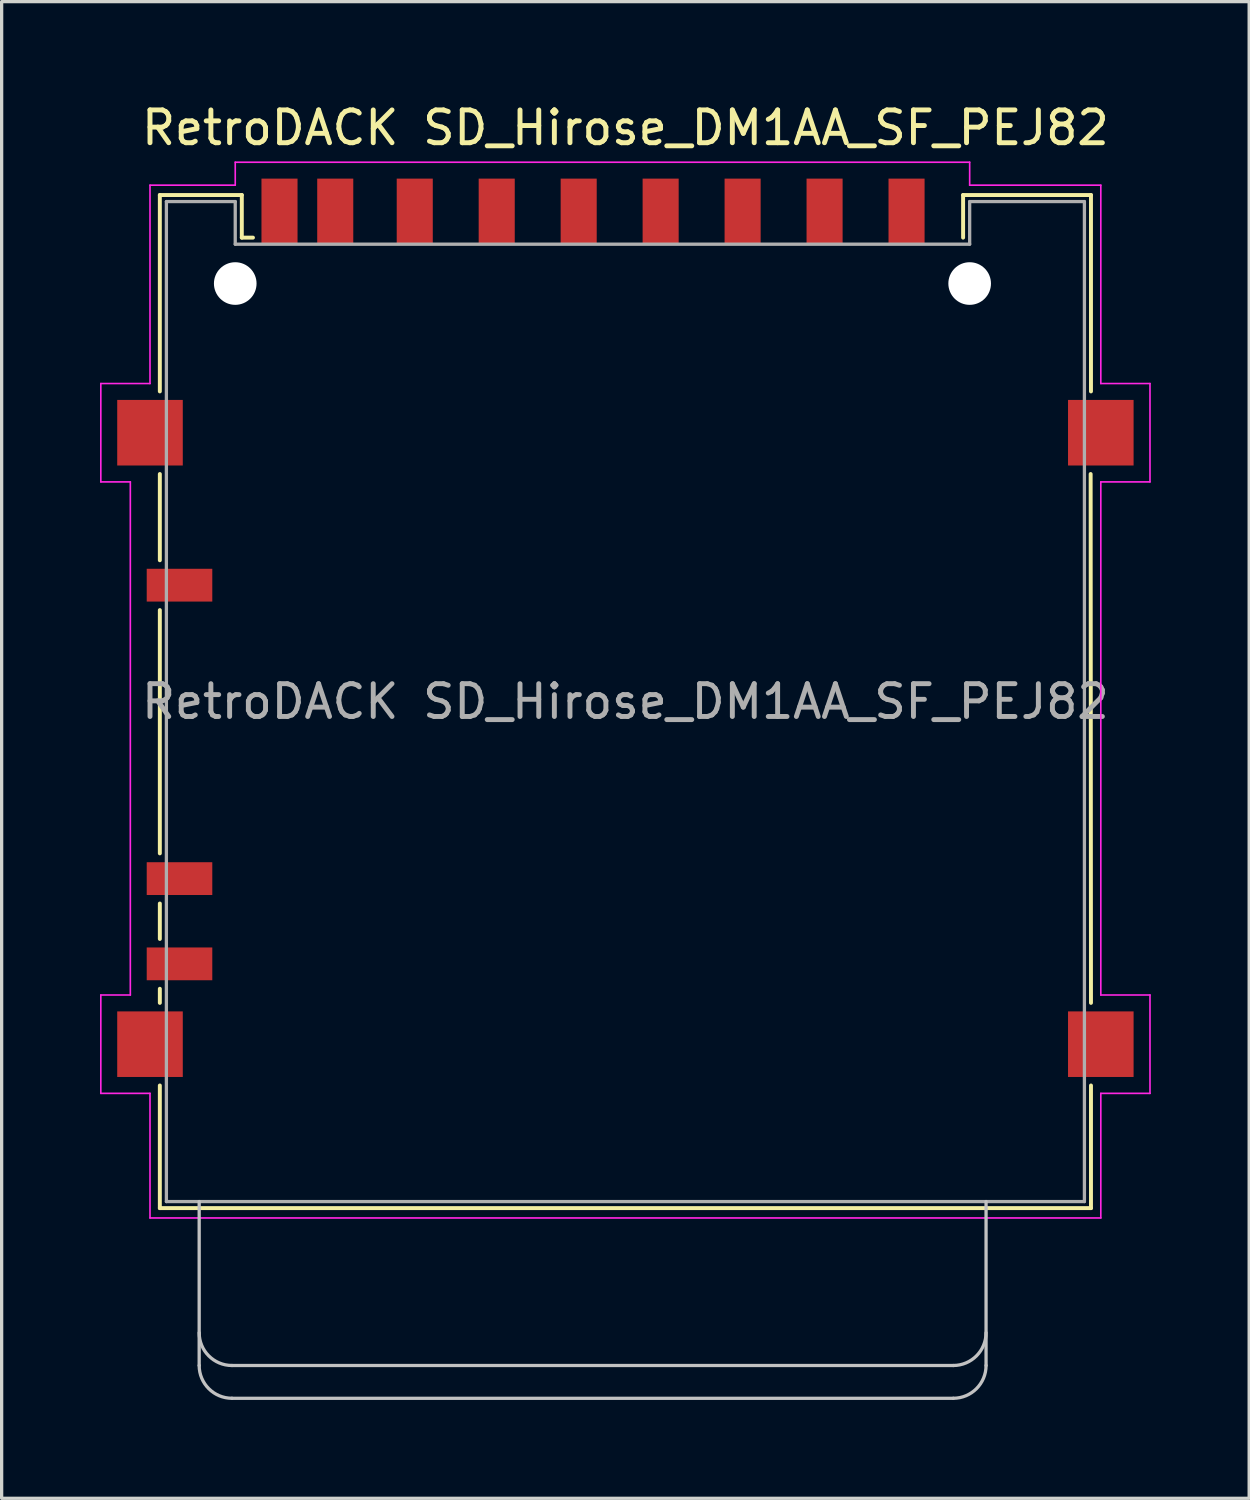
<source format=kicad_pcb>
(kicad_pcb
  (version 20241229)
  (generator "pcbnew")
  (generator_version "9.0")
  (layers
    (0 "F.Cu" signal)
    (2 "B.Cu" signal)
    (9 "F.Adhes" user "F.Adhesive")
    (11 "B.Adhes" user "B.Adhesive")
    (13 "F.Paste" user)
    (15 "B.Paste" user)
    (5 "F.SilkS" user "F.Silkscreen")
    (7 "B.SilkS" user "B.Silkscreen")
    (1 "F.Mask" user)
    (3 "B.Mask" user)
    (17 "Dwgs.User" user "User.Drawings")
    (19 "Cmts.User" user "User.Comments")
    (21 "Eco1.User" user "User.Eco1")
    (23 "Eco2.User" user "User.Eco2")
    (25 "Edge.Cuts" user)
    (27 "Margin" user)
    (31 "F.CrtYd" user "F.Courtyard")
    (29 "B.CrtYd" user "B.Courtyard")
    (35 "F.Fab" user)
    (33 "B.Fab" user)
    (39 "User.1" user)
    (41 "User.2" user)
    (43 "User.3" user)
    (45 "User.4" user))
  (footprint "RetroDACK SD_Hirose_DM1AA_SF_PEJ82"
    (layer "F.Cu")
    (at 16.025 18.348)
    (property "Reference" "RetroDACK SD_Hirose_DM1AA_SF_PEJ82" (at 0 -17.5 0) (layer "F.SilkS") (effects (font (size 1 1) (thickness 0.15))))
    (attr smd)
    (fp_line (start -14.2 -15.45) (end -11.7 -15.45) (stroke (width 0.12) (type solid)) (layer "F.SilkS"))
    (fp_line (start -14.2 -9.46) (end -14.2 -15.45) (stroke (width 0.12) (type solid)) (layer "F.SilkS"))
    (fp_line (start -14.2 -4.31) (end -14.2 -6.94) (stroke (width 0.12) (type solid)) (layer "F.SilkS"))
    (fp_line (start -14.2 4.63) (end -14.2 -2.79) (stroke (width 0.12) (type solid)) (layer "F.SilkS"))
    (fp_line (start -14.2 7.24) (end -14.2 6.16) (stroke (width 0.12) (type solid)) (layer "F.SilkS"))
    (fp_line (start -14.2 9.19) (end -14.2 8.76) (stroke (width 0.12) (type solid)) (layer "F.SilkS"))
    (fp_line (start -14.2 15.45) (end -14.2 11.71) (stroke (width 0.12) (type solid)) (layer "F.SilkS"))
    (fp_line (start -11.7 -15.45) (end -11.7 -14.15) (stroke (width 0.12) (type solid)) (layer "F.SilkS"))
    (fp_line (start -11.7 -14.15) (end -11.36 -14.15) (stroke (width 0.12) (type solid)) (layer "F.SilkS"))
    (fp_line (start 10.3 -15.45) (end 10.3 -14.15) (stroke (width 0.12) (type solid)) (layer "F.SilkS"))
    (fp_line (start 14.19 -6.94) (end 14.2 9.19) (stroke (width 0.12) (type solid)) (layer "F.SilkS"))
    (fp_line (start 14.2 -15.45) (end 10.3 -15.45) (stroke (width 0.12) (type solid)) (layer "F.SilkS"))
    (fp_line (start 14.2 -15.45) (end 14.2 -9.46) (stroke (width 0.12) (type solid)) (layer "F.SilkS"))
    (fp_line (start 14.2 11.71) (end 14.2 15.45) (stroke (width 0.12) (type solid)) (layer "F.SilkS"))
    (fp_line (start 14.2 15.45) (end -14.2 15.45) (stroke (width 0.12) (type solid)) (layer "F.SilkS"))
    (fp_line (start -13 20.25) (end -13 15.25) (stroke (width 0.1) (type solid)) (layer "Dwgs.User"))
    (fp_line (start 10 20.25) (end -12 20.25) (stroke (width 0.1) (type solid)) (layer "Dwgs.User"))
    (fp_line (start 10 21.25) (end -12 21.25) (stroke (width 0.1) (type solid)) (layer "Dwgs.User"))
    (fp_line (start 11 20.25) (end 11 15.25) (stroke (width 0.1) (type solid)) (layer "Dwgs.User"))
    (fp_arc (start -12 20.25) (mid -12.707107 19.957107) (end -13 19.25) (stroke (width 0.1) (type solid)) (layer "Dwgs.User"))
    (fp_arc (start -12 21.25) (mid -12.707107 20.957107) (end -13 20.25) (stroke (width 0.1) (type solid)) (layer "Dwgs.User"))
    (fp_arc (start 11 19.25) (mid 10.707107 19.957107) (end 10 20.25) (stroke (width 0.1) (type solid)) (layer "Dwgs.User"))
    (fp_arc (start 11 20.25) (mid 10.707107 20.957107) (end 10 21.25) (stroke (width 0.1) (type solid)) (layer "Dwgs.User"))
    (fp_line (start -16 -9.7) (end -16 -6.7) (stroke (width 0.05) (type solid)) (layer "F.CrtYd"))
    (fp_line (start -16 -6.7) (end -15.1 -6.7) (stroke (width 0.05) (type solid)) (layer "F.CrtYd"))
    (fp_line (start -16 8.95) (end -16 11.95) (stroke (width 0.05) (type solid)) (layer "F.CrtYd"))
    (fp_line (start -16 11.95) (end -14.5 11.95) (stroke (width 0.05) (type solid)) (layer "F.CrtYd"))
    (fp_line (start -15.1 -6.7) (end -15.1 8.95) (stroke (width 0.05) (type solid)) (layer "F.CrtYd"))
    (fp_line (start -15.1 8.95) (end -16 8.95) (stroke (width 0.05) (type solid)) (layer "F.CrtYd"))
    (fp_line (start -14.5 -15.75) (end -14.5 -9.7) (stroke (width 0.05) (type solid)) (layer "F.CrtYd"))
    (fp_line (start -14.5 -15.75) (end -11.9 -15.75) (stroke (width 0.05) (type solid)) (layer "F.CrtYd"))
    (fp_line (start -14.5 -9.7) (end -16 -9.7) (stroke (width 0.05) (type solid)) (layer "F.CrtYd"))
    (fp_line (start -14.5 11.95) (end -14.5 15.75) (stroke (width 0.05) (type solid)) (layer "F.CrtYd"))
    (fp_line (start -11.9 -16.45) (end 10.5 -16.45) (stroke (width 0.05) (type solid)) (layer "F.CrtYd"))
    (fp_line (start -11.9 -15.75) (end -11.9 -16.45) (stroke (width 0.05) (type solid)) (layer "F.CrtYd"))
    (fp_line (start 10.5 -16.45) (end 10.5 -15.75) (stroke (width 0.05) (type solid)) (layer "F.CrtYd"))
    (fp_line (start 10.5 -15.75) (end 14.5 -15.75) (stroke (width 0.05) (type solid)) (layer "F.CrtYd"))
    (fp_line (start 14.5 -15.75) (end 14.5 -9.7) (stroke (width 0.05) (type solid)) (layer "F.CrtYd"))
    (fp_line (start 14.5 -9.7) (end 16 -9.7) (stroke (width 0.05) (type solid)) (layer "F.CrtYd"))
    (fp_line (start 14.5 -6.7) (end 14.5 8.95) (stroke (width 0.05) (type solid)) (layer "F.CrtYd"))
    (fp_line (start 14.5 8.95) (end 16 8.95) (stroke (width 0.05) (type solid)) (layer "F.CrtYd"))
    (fp_line (start 14.5 11.95) (end 14.5 15.75) (stroke (width 0.05) (type solid)) (layer "F.CrtYd"))
    (fp_line (start 14.5 15.75) (end -14.5 15.75) (stroke (width 0.05) (type solid)) (layer "F.CrtYd"))
    (fp_line (start 16 -9.7) (end 16 -6.7) (stroke (width 0.05) (type solid)) (layer "F.CrtYd"))
    (fp_line (start 16 -6.7) (end 14.5 -6.7) (stroke (width 0.05) (type solid)) (layer "F.CrtYd"))
    (fp_line (start 16 8.95) (end 16 11.95) (stroke (width 0.05) (type solid)) (layer "F.CrtYd"))
    (fp_line (start 16 11.95) (end 14.5 11.95) (stroke (width 0.05) (type solid)) (layer "F.CrtYd"))
    (fp_line (start -14 -15.25) (end -14 15.25) (stroke (width 0.1) (type solid)) (layer "F.Fab"))
    (fp_line (start -14 -15.25) (end -11.9 -15.25) (stroke (width 0.1) (type solid)) (layer "F.Fab"))
    (fp_line (start -11.9 -13.95) (end -11.9 -15.25) (stroke (width 0.1) (type solid)) (layer "F.Fab"))
    (fp_line (start 10.5 -15.25) (end 10.5 -13.95) (stroke (width 0.1) (type solid)) (layer "F.Fab"))
    (fp_line (start 10.5 -13.95) (end -11.9 -13.95) (stroke (width 0.1) (type solid)) (layer "F.Fab"))
    (fp_line (start 14 -15.25) (end 10.5 -15.25) (stroke (width 0.1) (type solid)) (layer "F.Fab"))
    (fp_line (start 14 15.25) (end -14 15.25) (stroke (width 0.1) (type solid)) (layer "F.Fab"))
    (fp_line (start 14 15.25) (end 14 -15.25) (stroke (width 0.1) (type solid)) (layer "F.Fab"))
    (fp_text user "${REFERENCE}" (at 0 0 0) (layer "F.Fab") (effects (font (size 1 1) (thickness 0.15))))
    (pad "" np_thru_hole circle (at -11.9 -12.75) (size 1.3 1.3) (drill 1.3) (layers "*.Cu" "*.Mask"))
    (pad "" np_thru_hole circle (at 10.5 -12.75) (size 1.3 1.3) (drill 1.3) (layers "*.Cu" "*.Mask"))
    (pad "1" smd rect (at 6.075 -14.95) (size 1.1 2) (layers "F.Cu" "F.Mask" "F.Paste"))
    (pad "2" smd rect (at 3.575 -14.95) (size 1.1 2) (layers "F.Cu" "F.Mask" "F.Paste"))
    (pad "3" smd rect (at 1.075 -14.95) (size 1.1 2) (layers "F.Cu" "F.Mask" "F.Paste"))
    (pad "4" smd rect (at -1.425 -14.95) (size 1.1 2) (layers "F.Cu" "F.Mask" "F.Paste"))
    (pad "5" smd rect (at -3.925 -14.95) (size 1.1 2) (layers "F.Cu" "F.Mask" "F.Paste"))
    (pad "6" smd rect (at -6.425 -14.95) (size 1.1 2) (layers "F.Cu" "F.Mask" "F.Paste"))
    (pad "7" smd rect (at -8.85 -14.95) (size 1.1 2) (layers "F.Cu" "F.Mask" "F.Paste"))
    (pad "8" smd rect (at -10.55 -14.95) (size 1.1 2) (layers "F.Cu" "F.Mask" "F.Paste"))
    (pad "9" smd rect (at 8.575 -14.95) (size 1.1 2) (layers "F.Cu" "F.Mask" "F.Paste"))
    (pad "10" smd rect (at -13.6 -3.55) (size 2 1) (layers "F.Cu" "F.Mask" "F.Paste"))
    (pad "10" smd rect (at -13.6 8) (size 2 1) (layers "F.Cu" "F.Mask" "F.Paste"))
    (pad "11" smd rect (at -13.6 5.4) (size 2 1) (layers "F.Cu" "F.Mask" "F.Paste"))
    (pad "12" smd rect (at -14.5 -8.2) (size 2 2) (layers "F.Cu" "F.Mask" "F.Paste"))
    (pad "12" smd rect (at -14.5 10.45) (size 2 2) (layers "F.Cu" "F.Mask" "F.Paste"))
    (pad "13" smd rect (at 14.5 -8.2) (size 2 2) (layers "F.Cu" "F.Mask" "F.Paste"))
    (pad "13" smd rect (at 14.5 10.45) (size 2 2) (layers "F.Cu" "F.Mask" "F.Paste")))
  (gr_rect
    (start -3 -3)
    (end 35.05 42.648)
    (stroke (width 0.1) (type default))
    (fill no)
    (layer "Edge.Cuts")))
</source>
